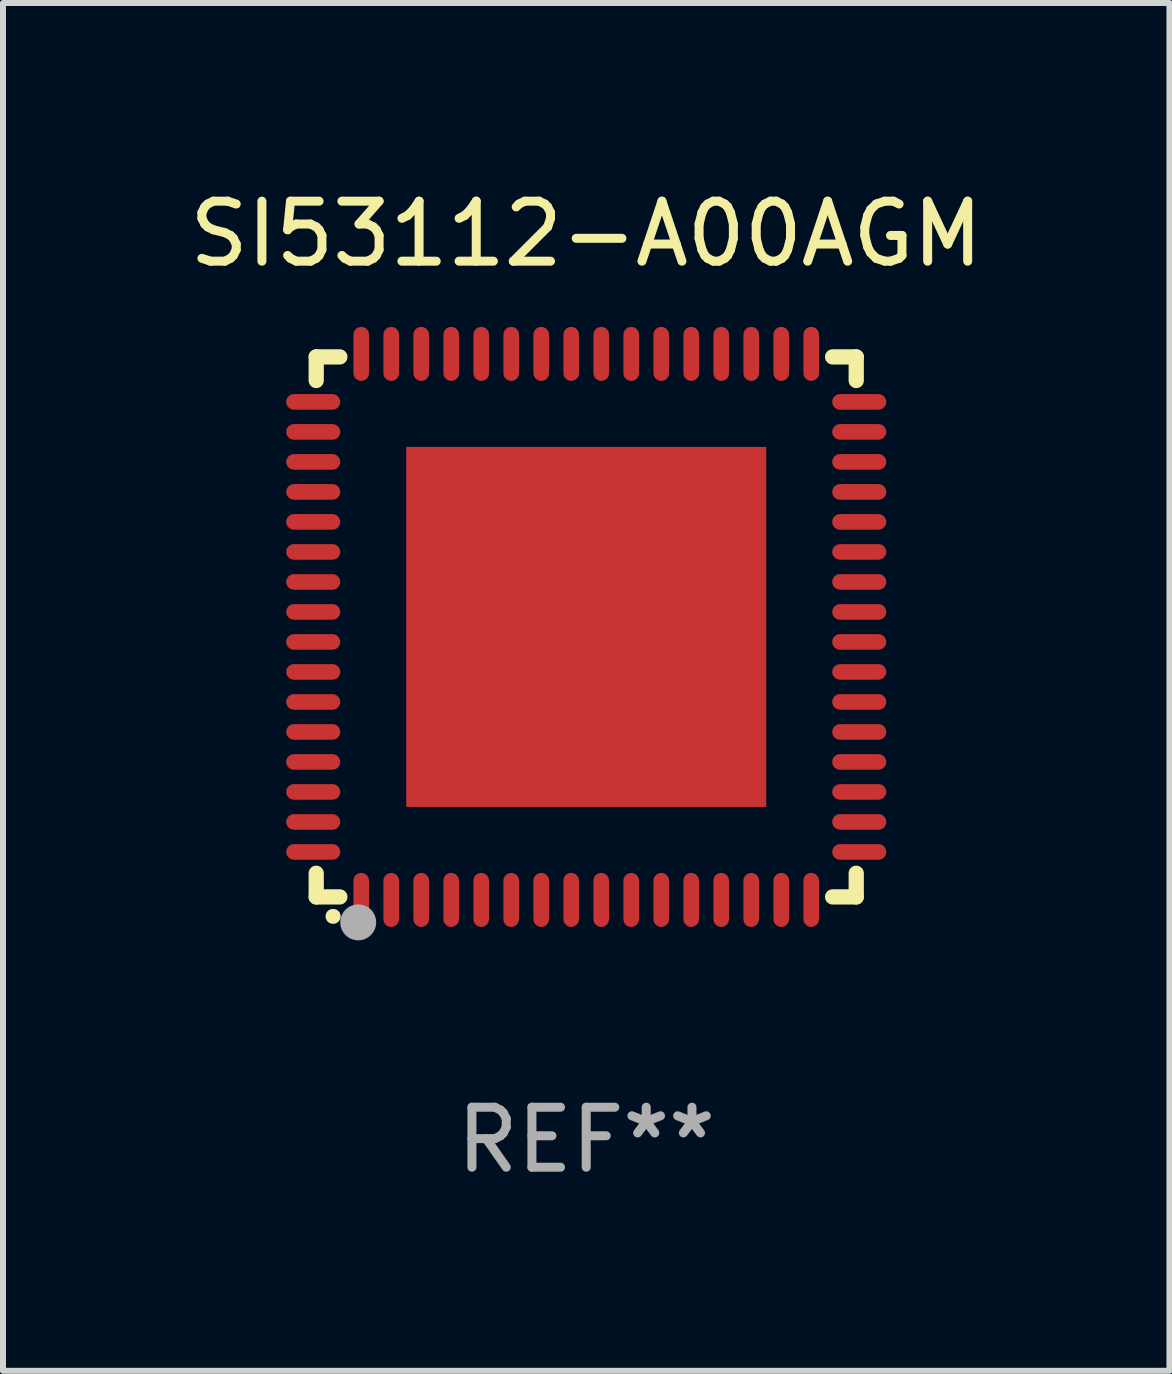
<source format=kicad_pcb>
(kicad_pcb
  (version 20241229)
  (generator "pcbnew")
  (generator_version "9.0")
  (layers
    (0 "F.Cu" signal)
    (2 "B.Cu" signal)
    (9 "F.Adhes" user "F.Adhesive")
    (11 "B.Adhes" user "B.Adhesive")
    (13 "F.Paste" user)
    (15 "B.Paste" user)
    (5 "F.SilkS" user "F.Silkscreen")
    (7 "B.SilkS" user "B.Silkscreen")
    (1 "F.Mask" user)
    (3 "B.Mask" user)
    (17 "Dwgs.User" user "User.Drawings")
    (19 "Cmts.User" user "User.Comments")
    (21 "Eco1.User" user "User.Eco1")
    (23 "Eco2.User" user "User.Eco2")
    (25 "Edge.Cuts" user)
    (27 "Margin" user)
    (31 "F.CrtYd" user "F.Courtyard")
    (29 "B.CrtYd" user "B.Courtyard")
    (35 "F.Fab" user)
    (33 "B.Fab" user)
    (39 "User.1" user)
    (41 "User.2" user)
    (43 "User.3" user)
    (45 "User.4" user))
  (footprint "SI53112-A00AGM"
    (layer "F.Cu")
    (at 6.72 7.398)
    (property "Reference" "SI53112-A00AGM" (at 0 -6.55 0) (layer "F.SilkS") (effects (font (size 1 1) (thickness 0.15))))
    (attr through_hole)
    (fp_line (start -4.5 -4.5) (end -4.106 -4.5) (stroke (width 0.254) (type solid)) (layer "F.SilkS"))
    (fp_line (start -4.5 -4.106) (end -4.5 -4.5) (stroke (width 0.254) (type solid)) (layer "F.SilkS"))
    (fp_line (start -4.5 4.5) (end -4.5 4.106) (stroke (width 0.254) (type solid)) (layer "F.SilkS"))
    (fp_line (start -4.106 4.5) (end -4.5 4.5) (stroke (width 0.254) (type solid)) (layer "F.SilkS"))
    (fp_line (start 4.106 -4.5) (end 4.5 -4.5) (stroke (width 0.254) (type solid)) (layer "F.SilkS"))
    (fp_line (start 4.5 -4.5) (end 4.5 -4.106) (stroke (width 0.254) (type solid)) (layer "F.SilkS"))
    (fp_line (start 4.5 4.106) (end 4.5 4.5) (stroke (width 0.254) (type solid)) (layer "F.SilkS"))
    (fp_line (start 4.5 4.5) (end 4.106 4.5) (stroke (width 0.254) (type solid)) (layer "F.SilkS"))
    (fp_arc (start -4.220041 4.824308) (mid -4.218771 4.824302) (end -4.217501 4.824308) (stroke (width 0.24892) (type solid)) (layer "F.SilkS"))
    (fp_circle (center -4.5 4.5) (end -4.47 4.5) (stroke (width 0.06) (type solid)) (fill no) (layer "F.SilkS"))
    (fp_circle (center -3.8 4.924) (end -3.65 4.924) (stroke (width 0.3) (type solid)) (fill no) (layer "F.Fab"))
    (fp_text user "REF**" (at 0 8.55 0) (layer "F.Fab") (effects (font (size 1 1) (thickness 0.15))))
    (pad "1" smd oval (at -3.75 4.55 90) (size 0.9 0.26) (layers "F.Cu" "F.Mask" "F.Paste"))
    (pad "2" smd oval (at -3.25 4.55 90) (size 0.9 0.26) (layers "F.Cu" "F.Mask" "F.Paste"))
    (pad "3" smd oval (at -2.75 4.55 90) (size 0.9 0.26) (layers "F.Cu" "F.Mask" "F.Paste"))
    (pad "4" smd oval (at -2.25 4.55 90) (size 0.9 0.26) (layers "F.Cu" "F.Mask" "F.Paste"))
    (pad "5" smd oval (at -1.75 4.55 90) (size 0.9 0.26) (layers "F.Cu" "F.Mask" "F.Paste"))
    (pad "6" smd oval (at -1.25 4.55 90) (size 0.9 0.26) (layers "F.Cu" "F.Mask" "F.Paste"))
    (pad "7" smd oval (at -0.75 4.55 90) (size 0.9 0.26) (layers "F.Cu" "F.Mask" "F.Paste"))
    (pad "8" smd oval (at -0.25 4.55 90) (size 0.9 0.26) (layers "F.Cu" "F.Mask" "F.Paste"))
    (pad "9" smd oval (at 0.25 4.55 90) (size 0.9 0.26) (layers "F.Cu" "F.Mask" "F.Paste"))
    (pad "10" smd oval (at 0.75 4.55 90) (size 0.9 0.26) (layers "F.Cu" "F.Mask" "F.Paste"))
    (pad "11" smd oval (at 1.25 4.55 90) (size 0.9 0.26) (layers "F.Cu" "F.Mask" "F.Paste"))
    (pad "12" smd oval (at 1.75 4.55 90) (size 0.9 0.26) (layers "F.Cu" "F.Mask" "F.Paste"))
    (pad "13" smd oval (at 2.25 4.55 90) (size 0.9 0.26) (layers "F.Cu" "F.Mask" "F.Paste"))
    (pad "14" smd oval (at 2.75 4.55 90) (size 0.9 0.26) (layers "F.Cu" "F.Mask" "F.Paste"))
    (pad "15" smd oval (at 3.25 4.55 90) (size 0.9 0.26) (layers "F.Cu" "F.Mask" "F.Paste"))
    (pad "16" smd oval (at 3.75 4.55 90) (size 0.9 0.26) (layers "F.Cu" "F.Mask" "F.Paste"))
    (pad "17" smd oval (at 4.55 3.75 90) (size 0.26 0.9) (layers "F.Cu" "F.Mask" "F.Paste"))
    (pad "18" smd oval (at 4.55 3.25 90) (size 0.26 0.9) (layers "F.Cu" "F.Mask" "F.Paste"))
    (pad "19" smd oval (at 4.55 2.75 90) (size 0.26 0.9) (layers "F.Cu" "F.Mask" "F.Paste"))
    (pad "20" smd oval (at 4.55 2.25 90) (size 0.26 0.9) (layers "F.Cu" "F.Mask" "F.Paste"))
    (pad "21" smd oval (at 4.55 1.75 90) (size 0.26 0.9) (layers "F.Cu" "F.Mask" "F.Paste"))
    (pad "22" smd oval (at 4.55 1.25 90) (size 0.26 0.9) (layers "F.Cu" "F.Mask" "F.Paste"))
    (pad "23" smd oval (at 4.55 0.75 90) (size 0.26 0.9) (layers "F.Cu" "F.Mask" "F.Paste"))
    (pad "24" smd oval (at 4.55 0.25 90) (size 0.26 0.9) (layers "F.Cu" "F.Mask" "F.Paste"))
    (pad "25" smd oval (at 4.55 -0.25 90) (size 0.26 0.9) (layers "F.Cu" "F.Mask" "F.Paste"))
    (pad "26" smd oval (at 4.55 -0.75 90) (size 0.26 0.9) (layers "F.Cu" "F.Mask" "F.Paste"))
    (pad "27" smd oval (at 4.55 -1.25 90) (size 0.26 0.9) (layers "F.Cu" "F.Mask" "F.Paste"))
    (pad "28" smd oval (at 4.55 -1.75 90) (size 0.26 0.9) (layers "F.Cu" "F.Mask" "F.Paste"))
    (pad "29" smd oval (at 4.55 -2.25 90) (size 0.26 0.9) (layers "F.Cu" "F.Mask" "F.Paste"))
    (pad "30" smd oval (at 4.55 -2.75 90) (size 0.26 0.9) (layers "F.Cu" "F.Mask" "F.Paste"))
    (pad "31" smd oval (at 4.55 -3.25 90) (size 0.26 0.9) (layers "F.Cu" "F.Mask" "F.Paste"))
    (pad "32" smd oval (at 4.55 -3.75 90) (size 0.26 0.9) (layers "F.Cu" "F.Mask" "F.Paste"))
    (pad "33" smd oval (at 3.75 -4.55 90) (size 0.9 0.26) (layers "F.Cu" "F.Mask" "F.Paste"))
    (pad "34" smd oval (at 3.25 -4.55 90) (size 0.9 0.26) (layers "F.Cu" "F.Mask" "F.Paste"))
    (pad "35" smd oval (at 2.75 -4.55 90) (size 0.9 0.26) (layers "F.Cu" "F.Mask" "F.Paste"))
    (pad "36" smd oval (at 2.25 -4.55 90) (size 0.9 0.26) (layers "F.Cu" "F.Mask" "F.Paste"))
    (pad "37" smd oval (at 1.75 -4.55 90) (size 0.9 0.26) (layers "F.Cu" "F.Mask" "F.Paste"))
    (pad "38" smd oval (at 1.25 -4.55 90) (size 0.9 0.26) (layers "F.Cu" "F.Mask" "F.Paste"))
    (pad "39" smd oval (at 0.75 -4.55 90) (size 0.9 0.26) (layers "F.Cu" "F.Mask" "F.Paste"))
    (pad "40" smd oval (at 0.25 -4.55 90) (size 0.9 0.26) (layers "F.Cu" "F.Mask" "F.Paste"))
    (pad "41" smd oval (at -0.25 -4.55 90) (size 0.9 0.26) (layers "F.Cu" "F.Mask" "F.Paste"))
    (pad "42" smd oval (at -0.75 -4.55 90) (size 0.9 0.26) (layers "F.Cu" "F.Mask" "F.Paste"))
    (pad "43" smd oval (at -1.25 -4.55 90) (size 0.9 0.26) (layers "F.Cu" "F.Mask" "F.Paste"))
    (pad "44" smd oval (at -1.75 -4.55 90) (size 0.9 0.26) (layers "F.Cu" "F.Mask" "F.Paste"))
    (pad "45" smd oval (at -2.25 -4.55 90) (size 0.9 0.26) (layers "F.Cu" "F.Mask" "F.Paste"))
    (pad "46" smd oval (at -2.75 -4.55 90) (size 0.9 0.26) (layers "F.Cu" "F.Mask" "F.Paste"))
    (pad "47" smd oval (at -3.25 -4.55 90) (size 0.9 0.26) (layers "F.Cu" "F.Mask" "F.Paste"))
    (pad "48" smd oval (at -3.75 -4.55 90) (size 0.9 0.26) (layers "F.Cu" "F.Mask" "F.Paste"))
    (pad "49" smd oval (at -4.55 -3.75 90) (size 0.26 0.9) (layers "F.Cu" "F.Mask" "F.Paste"))
    (pad "50" smd oval (at -4.55 -3.25 90) (size 0.26 0.9) (layers "F.Cu" "F.Mask" "F.Paste"))
    (pad "51" smd oval (at -4.55 -2.75 90) (size 0.26 0.9) (layers "F.Cu" "F.Mask" "F.Paste"))
    (pad "52" smd oval (at -4.55 -2.25 90) (size 0.26 0.9) (layers "F.Cu" "F.Mask" "F.Paste"))
    (pad "53" smd oval (at -4.55 -1.75 90) (size 0.26 0.9) (layers "F.Cu" "F.Mask" "F.Paste"))
    (pad "54" smd oval (at -4.55 -1.25 90) (size 0.26 0.9) (layers "F.Cu" "F.Mask" "F.Paste"))
    (pad "55" smd oval (at -4.55 -0.75 90) (size 0.26 0.9) (layers "F.Cu" "F.Mask" "F.Paste"))
    (pad "56" smd oval (at -4.55 -0.25 90) (size 0.26 0.9) (layers "F.Cu" "F.Mask" "F.Paste"))
    (pad "57" smd oval (at -4.55 0.25 90) (size 0.26 0.9) (layers "F.Cu" "F.Mask" "F.Paste"))
    (pad "58" smd oval (at -4.55 0.75 90) (size 0.26 0.9) (layers "F.Cu" "F.Mask" "F.Paste"))
    (pad "59" smd oval (at -4.55 1.25 90) (size 0.26 0.9) (layers "F.Cu" "F.Mask" "F.Paste"))
    (pad "60" smd oval (at -4.55 1.75 90) (size 0.26 0.9) (layers "F.Cu" "F.Mask" "F.Paste"))
    (pad "61" smd oval (at -4.55 2.25 90) (size 0.26 0.9) (layers "F.Cu" "F.Mask" "F.Paste"))
    (pad "62" smd oval (at -4.55 2.75 90) (size 0.26 0.9) (layers "F.Cu" "F.Mask" "F.Paste"))
    (pad "63" smd oval (at -4.55 3.25 90) (size 0.26 0.9) (layers "F.Cu" "F.Mask" "F.Paste"))
    (pad "64" smd oval (at -4.55 3.75 90) (size 0.26 0.9) (layers "F.Cu" "F.Mask" "F.Paste"))
    (pad "65" smd rect (at 0.000381 0 90) (size 6 6) (layers "F.Cu" "F.Mask" "F.Paste")))
  (gr_rect
    (start -3 -3)
    (end 16.44 19.796)
    (stroke (width 0.1) (type default))
    (fill no)
    (layer "Edge.Cuts")))
</source>
